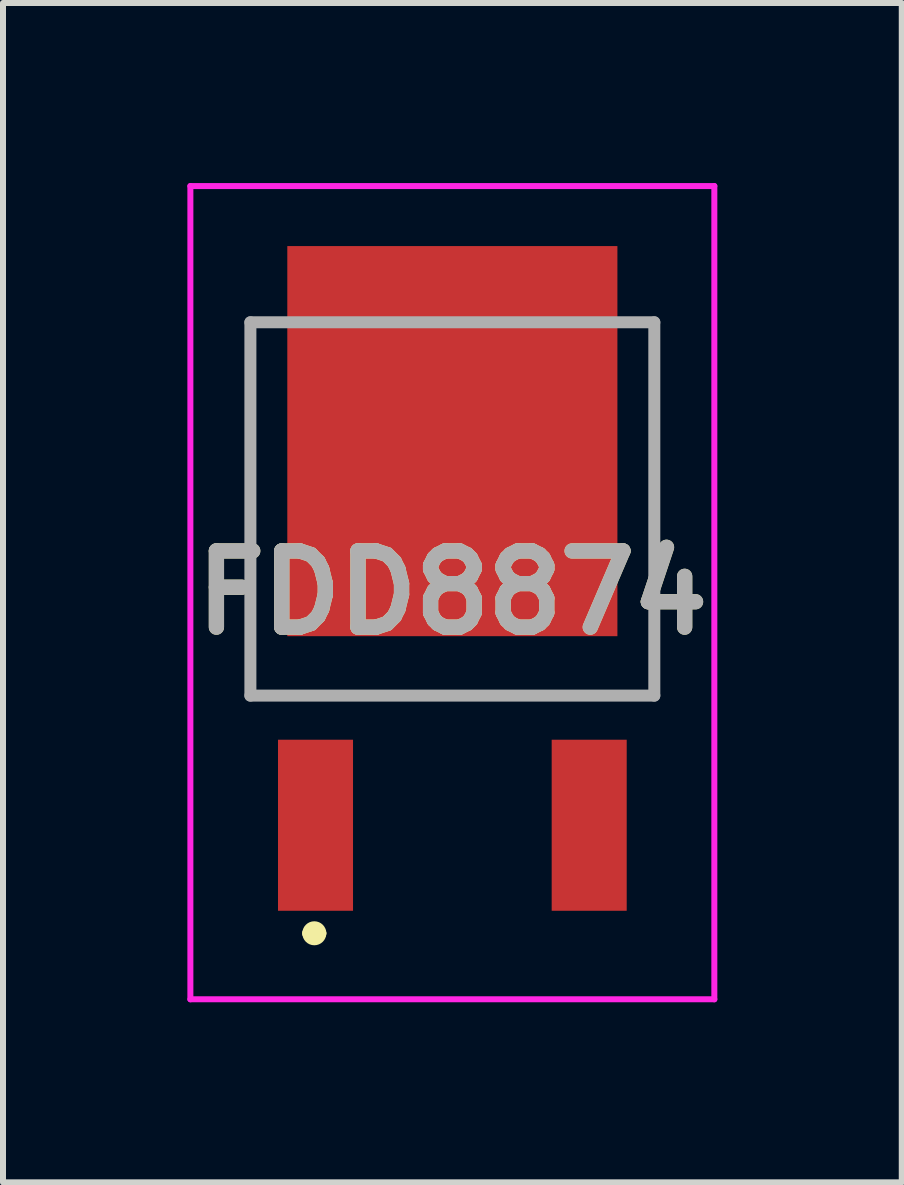
<source format=kicad_pcb>
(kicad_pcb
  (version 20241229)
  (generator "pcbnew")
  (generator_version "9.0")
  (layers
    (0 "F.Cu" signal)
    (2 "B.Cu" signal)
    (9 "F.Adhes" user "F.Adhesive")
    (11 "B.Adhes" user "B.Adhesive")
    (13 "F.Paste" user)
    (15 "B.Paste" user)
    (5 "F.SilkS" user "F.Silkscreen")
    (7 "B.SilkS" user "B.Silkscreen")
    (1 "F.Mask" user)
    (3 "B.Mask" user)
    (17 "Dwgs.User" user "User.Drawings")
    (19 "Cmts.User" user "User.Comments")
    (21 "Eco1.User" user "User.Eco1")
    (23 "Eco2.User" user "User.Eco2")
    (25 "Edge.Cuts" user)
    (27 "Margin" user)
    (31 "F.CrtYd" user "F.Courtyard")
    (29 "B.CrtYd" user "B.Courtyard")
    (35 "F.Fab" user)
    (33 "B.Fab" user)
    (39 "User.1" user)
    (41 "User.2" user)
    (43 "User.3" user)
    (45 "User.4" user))
  (footprint "FDD8874"
    (layer "F.Cu")
    (at 4.487 7.46)
    (property "Reference" "FDD8874" (at 0 -0.635 0) (layer "F.SilkS") (effects (font (size 1.27 1.27) (thickness 0.254))))
    (attr smd)
    (fp_line (start -3.365 -5.14) (end -3.365 1.08) (stroke (width 0.1) (type solid)) (layer "F.SilkS"))
    (fp_line (start -3.365 1.08) (end 3.365 1.08) (stroke (width 0.1) (type solid)) (layer "F.SilkS"))
    (fp_line (start -2.4 5.04) (end -2.4 5.04) (stroke (width 0.2) (type solid)) (layer "F.SilkS"))
    (fp_line (start -2.2 5.04) (end -2.2 5.04) (stroke (width 0.2) (type solid)) (layer "F.SilkS"))
    (fp_line (start 3.365 1.08) (end 3.365 -5.14) (stroke (width 0.1) (type solid)) (layer "F.SilkS"))
    (fp_arc (start -2.4 5.04) (mid -2.3 4.94) (end -2.2 5.04) (stroke (width 0.2) (type solid)) (layer "F.SilkS"))
    (fp_arc (start -2.2 5.04) (mid -2.3 5.14) (end -2.4 5.04) (stroke (width 0.2) (type solid)) (layer "F.SilkS"))
    (fp_line (start -4.365 -7.41) (end 4.365 -7.41) (stroke (width 0.1) (type solid)) (layer "F.CrtYd"))
    (fp_line (start -4.365 6.14) (end -4.365 -7.41) (stroke (width 0.1) (type solid)) (layer "F.CrtYd"))
    (fp_line (start 4.365 -7.41) (end 4.365 6.14) (stroke (width 0.1) (type solid)) (layer "F.CrtYd"))
    (fp_line (start 4.365 6.14) (end -4.365 6.14) (stroke (width 0.1) (type solid)) (layer "F.CrtYd"))
    (fp_line (start -3.365 -5.14) (end 3.365 -5.14) (stroke (width 0.2) (type solid)) (layer "F.Fab"))
    (fp_line (start -3.365 1.08) (end -3.365 -5.14) (stroke (width 0.2) (type solid)) (layer "F.Fab"))
    (fp_line (start 3.365 -5.14) (end 3.365 1.08) (stroke (width 0.2) (type solid)) (layer "F.Fab"))
    (fp_line (start 3.365 1.08) (end -3.365 1.08) (stroke (width 0.2) (type solid)) (layer "F.Fab"))
    (fp_text user "${REFERENCE}" (at 0 -0.635 0) (layer "F.Fab") (effects (font (size 1.27 1.27) (thickness 0.254))))
    (pad "1" smd rect (at -2.28 3.24) (size 1.25 2.85) (layers "F.Cu" "F.Mask" "F.Paste"))
    (pad "2" smd rect (at 0 -3.16) (size 5.5 6.5) (layers "F.Cu" "F.Mask" "F.Paste"))
    (pad "3" smd rect (at 2.28 3.24) (size 1.25 2.85) (layers "F.Cu" "F.Mask" "F.Paste")))
  (gr_rect
    (start -3 -3)
    (end 11.975 16.65)
    (stroke (width 0.1) (type default))
    (fill no)
    (layer "Edge.Cuts")))
</source>
